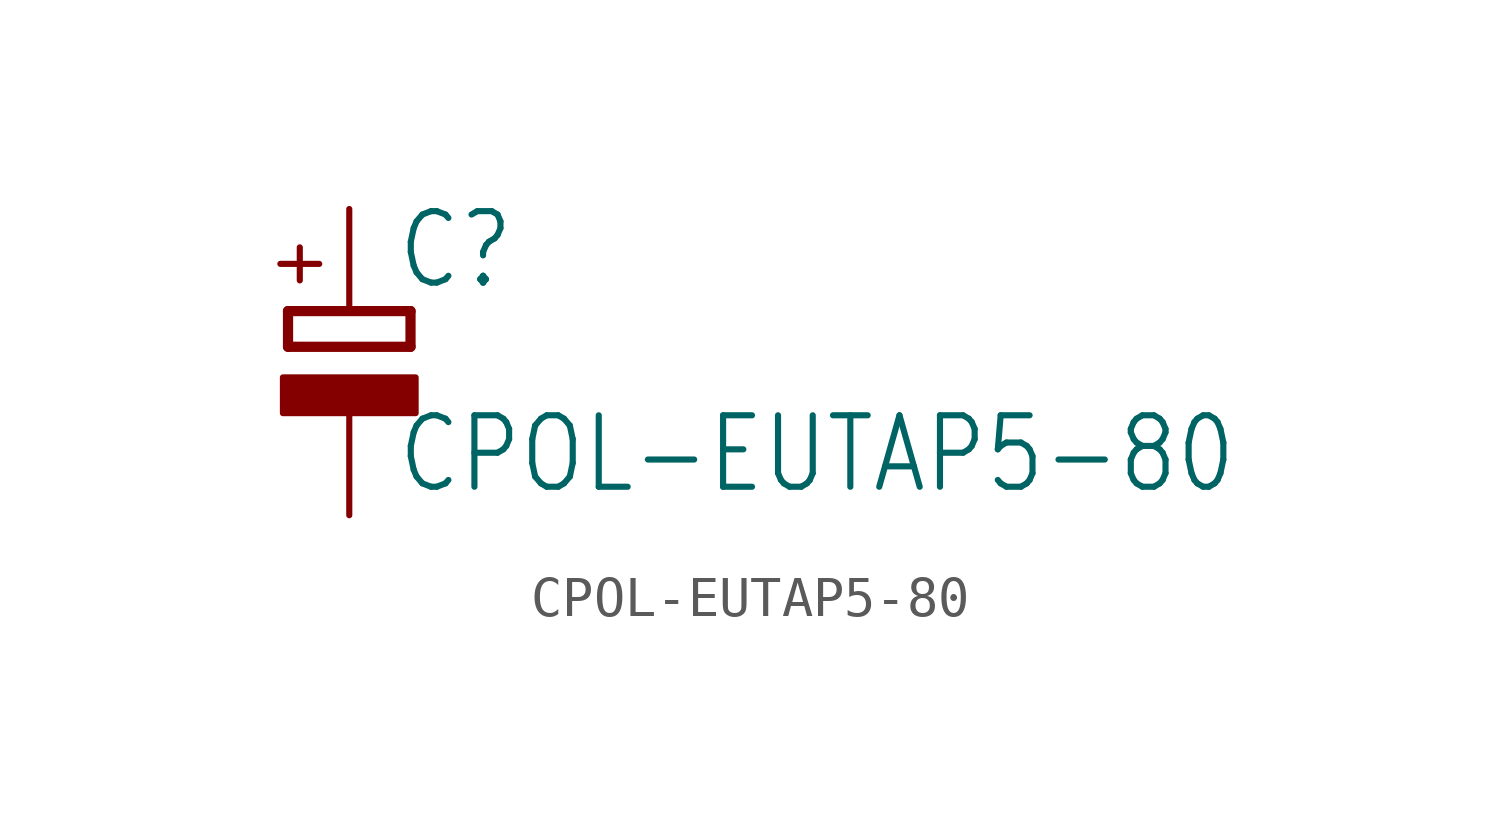
<source format=kicad_sym>
(kicad_symbol_lib
  (version 20220331)
  (generator kicad_symbol_editor)
  (symbol "CPOL-EUTAP5-80"
    (property "Reference" "C"
      (at 1.143 0.483 0)
      (effects (font (size 1.778 1.511)) (justify left bottom)))
    (property "Value" "CPOL-EUTAP5-80"
      (at 1.143 -4.597 0)
      (effects (font (size 1.778 1.511)) (justify left bottom)))
    (property "ki_locked" ""
      (at 0 0 0)
      (effects (font (size 1.27 1.27))))
    (symbol "CPOL-EUTAP5-80_1_0"
      (rectangle (start -1.651 -2.54) (end 1.651 -1.651) (stroke (width 0) (type default)) (fill (type outline)))
      (polyline (pts (xy -1.524 -0.889) (xy 1.524 -0.889)) (stroke (width 0.254) (type solid)) (fill (type none)))
      (polyline (pts (xy -1.524 0) (xy -1.524 -0.889)) (stroke (width 0.254) (type solid)) (fill (type none)))
      (polyline (pts (xy -1.524 0) (xy 1.524 0)) (stroke (width 0.254) (type solid)) (fill (type none)))
      (polyline (pts (xy 1.524 -0.889) (xy 1.524 0)) (stroke (width 0.254) (type solid)) (fill (type none)))
      (text "+" (at -0.584 0.406 900) (effects (font (size 1.27 1.079)) (justify left bottom)))
      (pin passive line (at 0 2.54 270) (length 2.54) (name "+" (effects (font (size 0 0)))) (number "+" (effects (font (size 0 0)))))
      (pin passive line (at 0 -5.08 90) (length 2.54) (name "-" (effects (font (size 0 0)))) (number "-" (effects (font (size 0 0))))))))
</source>
